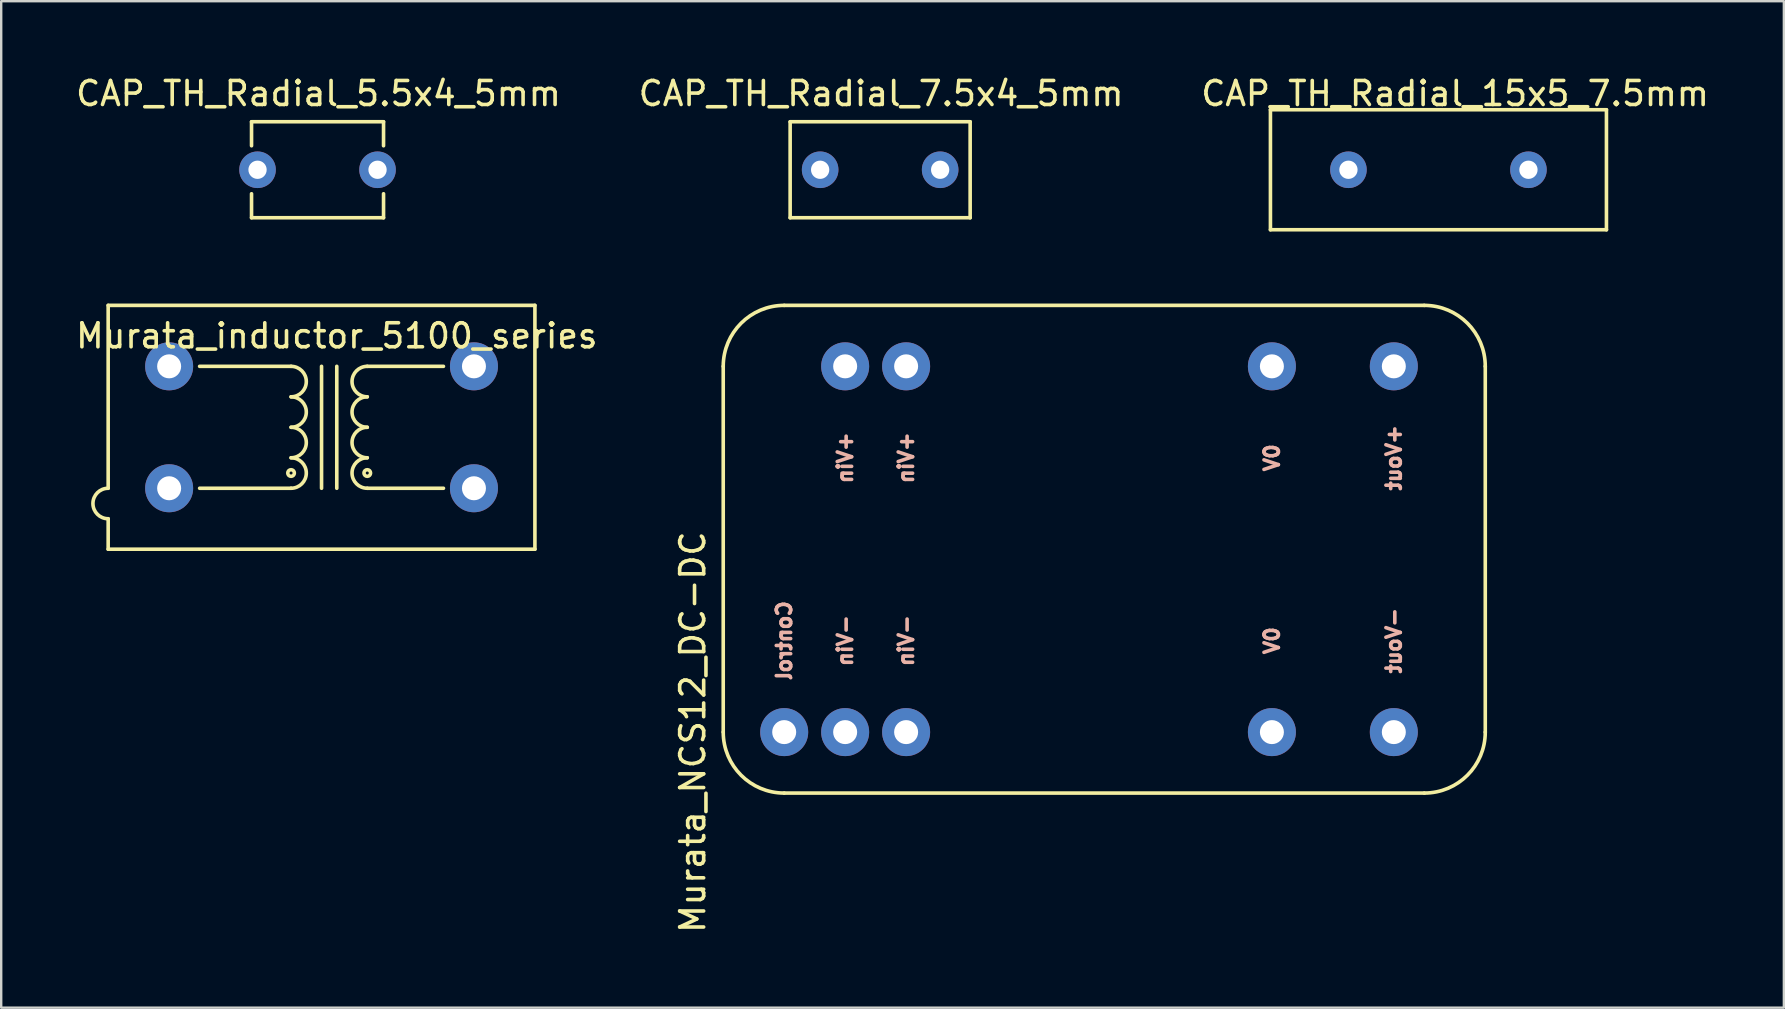
<source format=kicad_pcb>
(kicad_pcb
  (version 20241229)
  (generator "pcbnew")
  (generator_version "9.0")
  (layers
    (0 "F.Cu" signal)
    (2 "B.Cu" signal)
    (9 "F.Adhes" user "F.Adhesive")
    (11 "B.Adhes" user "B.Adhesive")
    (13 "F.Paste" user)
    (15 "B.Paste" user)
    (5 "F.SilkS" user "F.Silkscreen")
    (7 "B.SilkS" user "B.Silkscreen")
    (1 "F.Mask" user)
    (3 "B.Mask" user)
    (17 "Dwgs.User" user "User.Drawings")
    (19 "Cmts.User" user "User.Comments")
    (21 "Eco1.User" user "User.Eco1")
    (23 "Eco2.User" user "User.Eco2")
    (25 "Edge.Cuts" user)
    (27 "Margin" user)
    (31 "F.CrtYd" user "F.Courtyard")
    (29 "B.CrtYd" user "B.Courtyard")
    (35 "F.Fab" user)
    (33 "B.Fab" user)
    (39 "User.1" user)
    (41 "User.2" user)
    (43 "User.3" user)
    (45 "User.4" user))
  (footprint "CAP_TH_Radial_5.5x4_5mm"
    (layer "F.Cu")
    (at 7.68 4.023)
    (property "Reference" "CAP_TH_Radial_5.5x4_5mm" (at 2.54 -3.175 0) (layer "F.SilkS") (effects (font (size 1 1) (thickness 0.15))))
    (attr through_hole)
    (fp_line (start -0.25 -2) (end -0.25 -1) (stroke (width 0.15) (type solid)) (layer "F.SilkS"))
    (fp_line (start -0.25 -2) (end 5.25 -2) (stroke (width 0.15) (type solid)) (layer "F.SilkS"))
    (fp_line (start -0.25 2) (end -0.25 1) (stroke (width 0.15) (type solid)) (layer "F.SilkS"))
    (fp_line (start -0.25 2) (end 5.25 2) (stroke (width 0.15) (type solid)) (layer "F.SilkS"))
    (fp_line (start 5.25 -2) (end 5.25 -1) (stroke (width 0.15) (type solid)) (layer "F.SilkS"))
    (fp_line (start 5.25 2) (end 5.25 1) (stroke (width 0.15) (type solid)) (layer "F.SilkS"))
    (pad "1" thru_hole circle (at 0 0) (size 1.524 1.524) (drill 0.762) (layers "*.Cu" "*.Mask"))
    (pad "2" thru_hole circle (at 5 0) (size 1.524 1.524) (drill 0.762) (layers "*.Cu" "*.Mask")))
  (footprint "CAP_TH_Radial_7.5x4_5mm"
    (layer "F.Cu")
    (at 31.121 4.023)
    (property "Reference" "CAP_TH_Radial_7.5x4_5mm" (at 2.54 -3.175 0) (layer "F.SilkS") (effects (font (size 1 1) (thickness 0.15))))
    (attr through_hole)
    (fp_line (start -1.25 -2) (end -1.25 2) (stroke (width 0.15) (type solid)) (layer "F.SilkS"))
    (fp_line (start -1.25 -2) (end 6.25 -2) (stroke (width 0.15) (type solid)) (layer "F.SilkS"))
    (fp_line (start -1.25 2) (end 6.25 2) (stroke (width 0.15) (type solid)) (layer "F.SilkS"))
    (fp_line (start 6.25 -2) (end 6.25 2) (stroke (width 0.15) (type solid)) (layer "F.SilkS"))
    (pad "1" thru_hole circle (at 0 0) (size 1.524 1.524) (drill 0.762) (layers "*.Cu" "*.Mask"))
    (pad "2" thru_hole circle (at 5 0) (size 1.524 1.524) (drill 0.762) (layers "*.Cu" "*.Mask")))
  (footprint "Murata_inductor_5100_series"
    (layer "F.Cu")
    (at 3.997 17.293)
    (property "Reference" "Murata_inductor_5100_series" (at 6.985 -6.35 180) (layer "F.SilkS") (effects (font (size 1 1) (thickness 0.15))))
    (attr through_hole)
    (fp_line (start -2.54 -7.62) (end 15.24 -7.62) (stroke (width 0.15) (type solid)) (layer "F.SilkS"))
    (fp_line (start -2.54 0) (end -2.54 -7.62) (stroke (width 0.15) (type solid)) (layer "F.SilkS"))
    (fp_line (start -2.54 2.54) (end -2.54 1.27) (stroke (width 0.15) (type solid)) (layer "F.SilkS"))
    (fp_line (start 1.27 -5.08) (end 5.08 -5.08) (stroke (width 0.15) (type solid)) (layer "F.SilkS"))
    (fp_line (start 1.27 0) (end 5.08 0) (stroke (width 0.15) (type solid)) (layer "F.SilkS"))
    (fp_line (start 6.35 -5.08) (end 6.35 0) (stroke (width 0.15) (type solid)) (layer "F.SilkS"))
    (fp_line (start 6.985 -5.08) (end 6.985 0) (stroke (width 0.15) (type solid)) (layer "F.SilkS"))
    (fp_line (start 8.255 -5.08) (end 11.43 -5.08) (stroke (width 0.15) (type solid)) (layer "F.SilkS"))
    (fp_line (start 8.255 0) (end 11.43 0) (stroke (width 0.15) (type solid)) (layer "F.SilkS"))
    (fp_line (start 15.24 -7.62) (end 15.24 2.54) (stroke (width 0.15) (type solid)) (layer "F.SilkS"))
    (fp_line (start 15.24 2.54) (end -2.54 2.54) (stroke (width 0.15) (type solid)) (layer "F.SilkS"))
    (fp_arc (start -2.54 1.27) (mid -3.175 0.635) (end -2.54 0) (stroke (width 0.15) (type solid)) (layer "F.SilkS"))
    (fp_arc (start 5.08 -5.08) (mid 5.715 -4.445) (end 5.08 -3.81) (stroke (width 0.15) (type solid)) (layer "F.SilkS"))
    (fp_arc (start 5.08 -3.81) (mid 5.715 -3.175) (end 5.08 -2.54) (stroke (width 0.15) (type solid)) (layer "F.SilkS"))
    (fp_arc (start 5.08 -2.54) (mid 5.715 -1.905) (end 5.08 -1.27) (stroke (width 0.15) (type solid)) (layer "F.SilkS"))
    (fp_arc (start 5.08 -1.27) (mid 5.715 -0.635) (end 5.08 0) (stroke (width 0.15) (type solid)) (layer "F.SilkS"))
    (fp_arc (start 8.255 -3.81) (mid 7.62 -4.445) (end 8.255 -5.08) (stroke (width 0.15) (type solid)) (layer "F.SilkS"))
    (fp_arc (start 8.255 -2.54) (mid 7.62 -3.175) (end 8.255 -3.81) (stroke (width 0.15) (type solid)) (layer "F.SilkS"))
    (fp_arc (start 8.255 -1.27) (mid 7.62 -1.905) (end 8.255 -2.54) (stroke (width 0.15) (type solid)) (layer "F.SilkS"))
    (fp_arc (start 8.255 0) (mid 7.62 -0.635) (end 8.255 -1.27) (stroke (width 0.15) (type solid)) (layer "F.SilkS"))
    (fp_circle (center 5.08 -0.635) (end 5.08 -0.572) (stroke (width 0.15) (type solid)) (fill no) (layer "F.SilkS"))
    (fp_circle (center 8.255 -0.635) (end 8.255 -0.572) (stroke (width 0.15) (type solid)) (fill no) (layer "F.SilkS"))
    (pad "1" thru_hole circle (at 0 0) (size 2 2) (drill 1) (layers "*.Cu" "*.Mask"))
    (pad "2" thru_hole circle (at 12.7 0) (size 2 2) (drill 1) (layers "*.Cu" "*.Mask"))
    (pad "3" thru_hole circle (at 12.7 -5.08) (size 2 2) (drill 1) (layers "*.Cu" "*.Mask"))
    (pad "4" thru_hole circle (at 0 -5.08) (size 2 2) (drill 1) (layers "*.Cu" "*.Mask")))
  (footprint "CAP_TH_Radial_15x5_7.5mm"
    (layer "F.Cu")
    (at 53.132 4.023)
    (property "Reference" "CAP_TH_Radial_15x5_7.5mm" (at 4.445 -3.175 0) (layer "F.SilkS") (effects (font (size 1 1) (thickness 0.15))))
    (attr through_hole)
    (fp_line (start -3.25 -2.5) (end -3.25 2.5) (stroke (width 0.15) (type solid)) (layer "F.SilkS"))
    (fp_line (start -3.25 -2.5) (end 10.75 -2.5) (stroke (width 0.15) (type solid)) (layer "F.SilkS"))
    (fp_line (start -3.25 2.5) (end 10.75 2.5) (stroke (width 0.15) (type solid)) (layer "F.SilkS"))
    (fp_line (start 10.75 -2.5) (end 10.75 2.5) (stroke (width 0.15) (type solid)) (layer "F.SilkS"))
    (pad "1" thru_hole circle (at 0 0) (size 1.524 1.524) (drill 0.762) (layers "*.Cu" "*.Mask"))
    (pad "2" thru_hole circle (at 7.5 0) (size 1.524 1.524) (drill 0.762) (layers "*.Cu" "*.Mask")))
  (footprint "Murata_NCS12_DC-DC"
    (layer "F.Cu")
    (at 42.323 19.833)
    (property "Reference" "Murata_NCS12_DC-DC" (at -16.51 7.62 90) (layer "F.SilkS") (effects (font (size 1 1) (thickness 0.15))))
    (attr through_hole)
    (fp_line (start -15.24 7.62) (end -15.24 -7.62) (stroke (width 0.15) (type solid)) (layer "F.SilkS"))
    (fp_line (start -12.7 -10.16) (end 13.97 -10.16) (stroke (width 0.15) (type solid)) (layer "F.SilkS"))
    (fp_line (start 13.97 10.16) (end -12.7 10.16) (stroke (width 0.15) (type solid)) (layer "F.SilkS"))
    (fp_line (start 16.51 -7.62) (end 16.51 7.62) (stroke (width 0.15) (type solid)) (layer "F.SilkS"))
    (fp_arc (start -15.24 -7.62) (mid -14.496051 -9.416051) (end -12.7 -10.16) (stroke (width 0.15) (type solid)) (layer "F.SilkS"))
    (fp_arc (start -12.7 10.16) (mid -14.496051 9.416051) (end -15.24 7.62) (stroke (width 0.15) (type solid)) (layer "F.SilkS"))
    (fp_arc (start 13.97 -10.16) (mid 15.766051 -9.416051) (end 16.51 -7.62) (stroke (width 0.15) (type solid)) (layer "F.SilkS"))
    (fp_arc (start 16.51 7.62) (mid 15.766051 9.416051) (end 13.97 10.16) (stroke (width 0.15) (type solid)) (layer "F.SilkS"))
    (fp_text user "+Vin" (at -7.62 -3.81 90) (layer "B.SilkS") (effects (font (size 0.6 0.6) (thickness 0.15)) (justify mirror)))
    (fp_text user "Control" (at -12.7 3.81 90) (layer "B.SilkS") (effects (font (size 0.6 0.6) (thickness 0.15)) (justify mirror)))
    (fp_text user "0V" (at 7.62 -3.81 90) (layer "B.SilkS") (effects (font (size 0.6 0.6) (thickness 0.15)) (justify mirror)))
    (fp_text user "-Vin" (at -10.16 3.81 90) (layer "B.SilkS") (effects (font (size 0.6 0.6) (thickness 0.15)) (justify mirror)))
    (fp_text user "+Vout" (at 12.7 -3.81 90) (layer "B.SilkS") (effects (font (size 0.6 0.6) (thickness 0.15)) (justify mirror)))
    (fp_text user "-Vin" (at -7.62 3.81 90) (layer "B.SilkS") (effects (font (size 0.6 0.6) (thickness 0.15)) (justify mirror)))
    (fp_text user "-Vout" (at 12.7 3.81 90) (layer "B.SilkS") (effects (font (size 0.6 0.6) (thickness 0.15)) (justify mirror)))
    (fp_text user "+Vin" (at -10.16 -3.81 90) (layer "B.SilkS") (effects (font (size 0.6 0.6) (thickness 0.15)) (justify mirror)))
    (fp_text user "0V" (at 7.62 3.81 90) (layer "B.SilkS") (effects (font (size 0.6 0.6) (thickness 0.15)) (justify mirror)))
    (pad "1" thru_hole circle (at -12.7 7.62) (size 2 2) (drill 1) (layers "*.Cu" "*.Mask"))
    (pad "2" thru_hole circle (at -10.16 7.62) (size 2 2) (drill 1) (layers "*.Cu" "*.Mask"))
    (pad "3" thru_hole circle (at -7.62 7.62) (size 2 2) (drill 1) (layers "*.Cu" "*.Mask"))
    (pad "9" thru_hole circle (at 7.62 7.62) (size 2 2) (drill 1) (layers "*.Cu" "*.Mask"))
    (pad "11" thru_hole circle (at 12.7 7.62) (size 2 2) (drill 1) (layers "*.Cu" "*.Mask"))
    (pad "14" thru_hole circle (at 12.7 -7.62) (size 2 2) (drill 1) (layers "*.Cu" "*.Mask"))
    (pad "16" thru_hole circle (at 7.62 -7.62) (size 2 2) (drill 1) (layers "*.Cu" "*.Mask"))
    (pad "22" thru_hole circle (at -7.62 -7.62) (size 2 2) (drill 1) (layers "*.Cu" "*.Mask"))
    (pad "23" thru_hole circle (at -10.16 -7.62) (size 2 2) (drill 1) (layers "*.Cu" "*.Mask")))
  (gr_rect
    (start -3 -3)
    (end 71.274 38.935)
    (stroke (width 0.1) (type default))
    (fill no)
    (layer "Edge.Cuts")))
</source>
